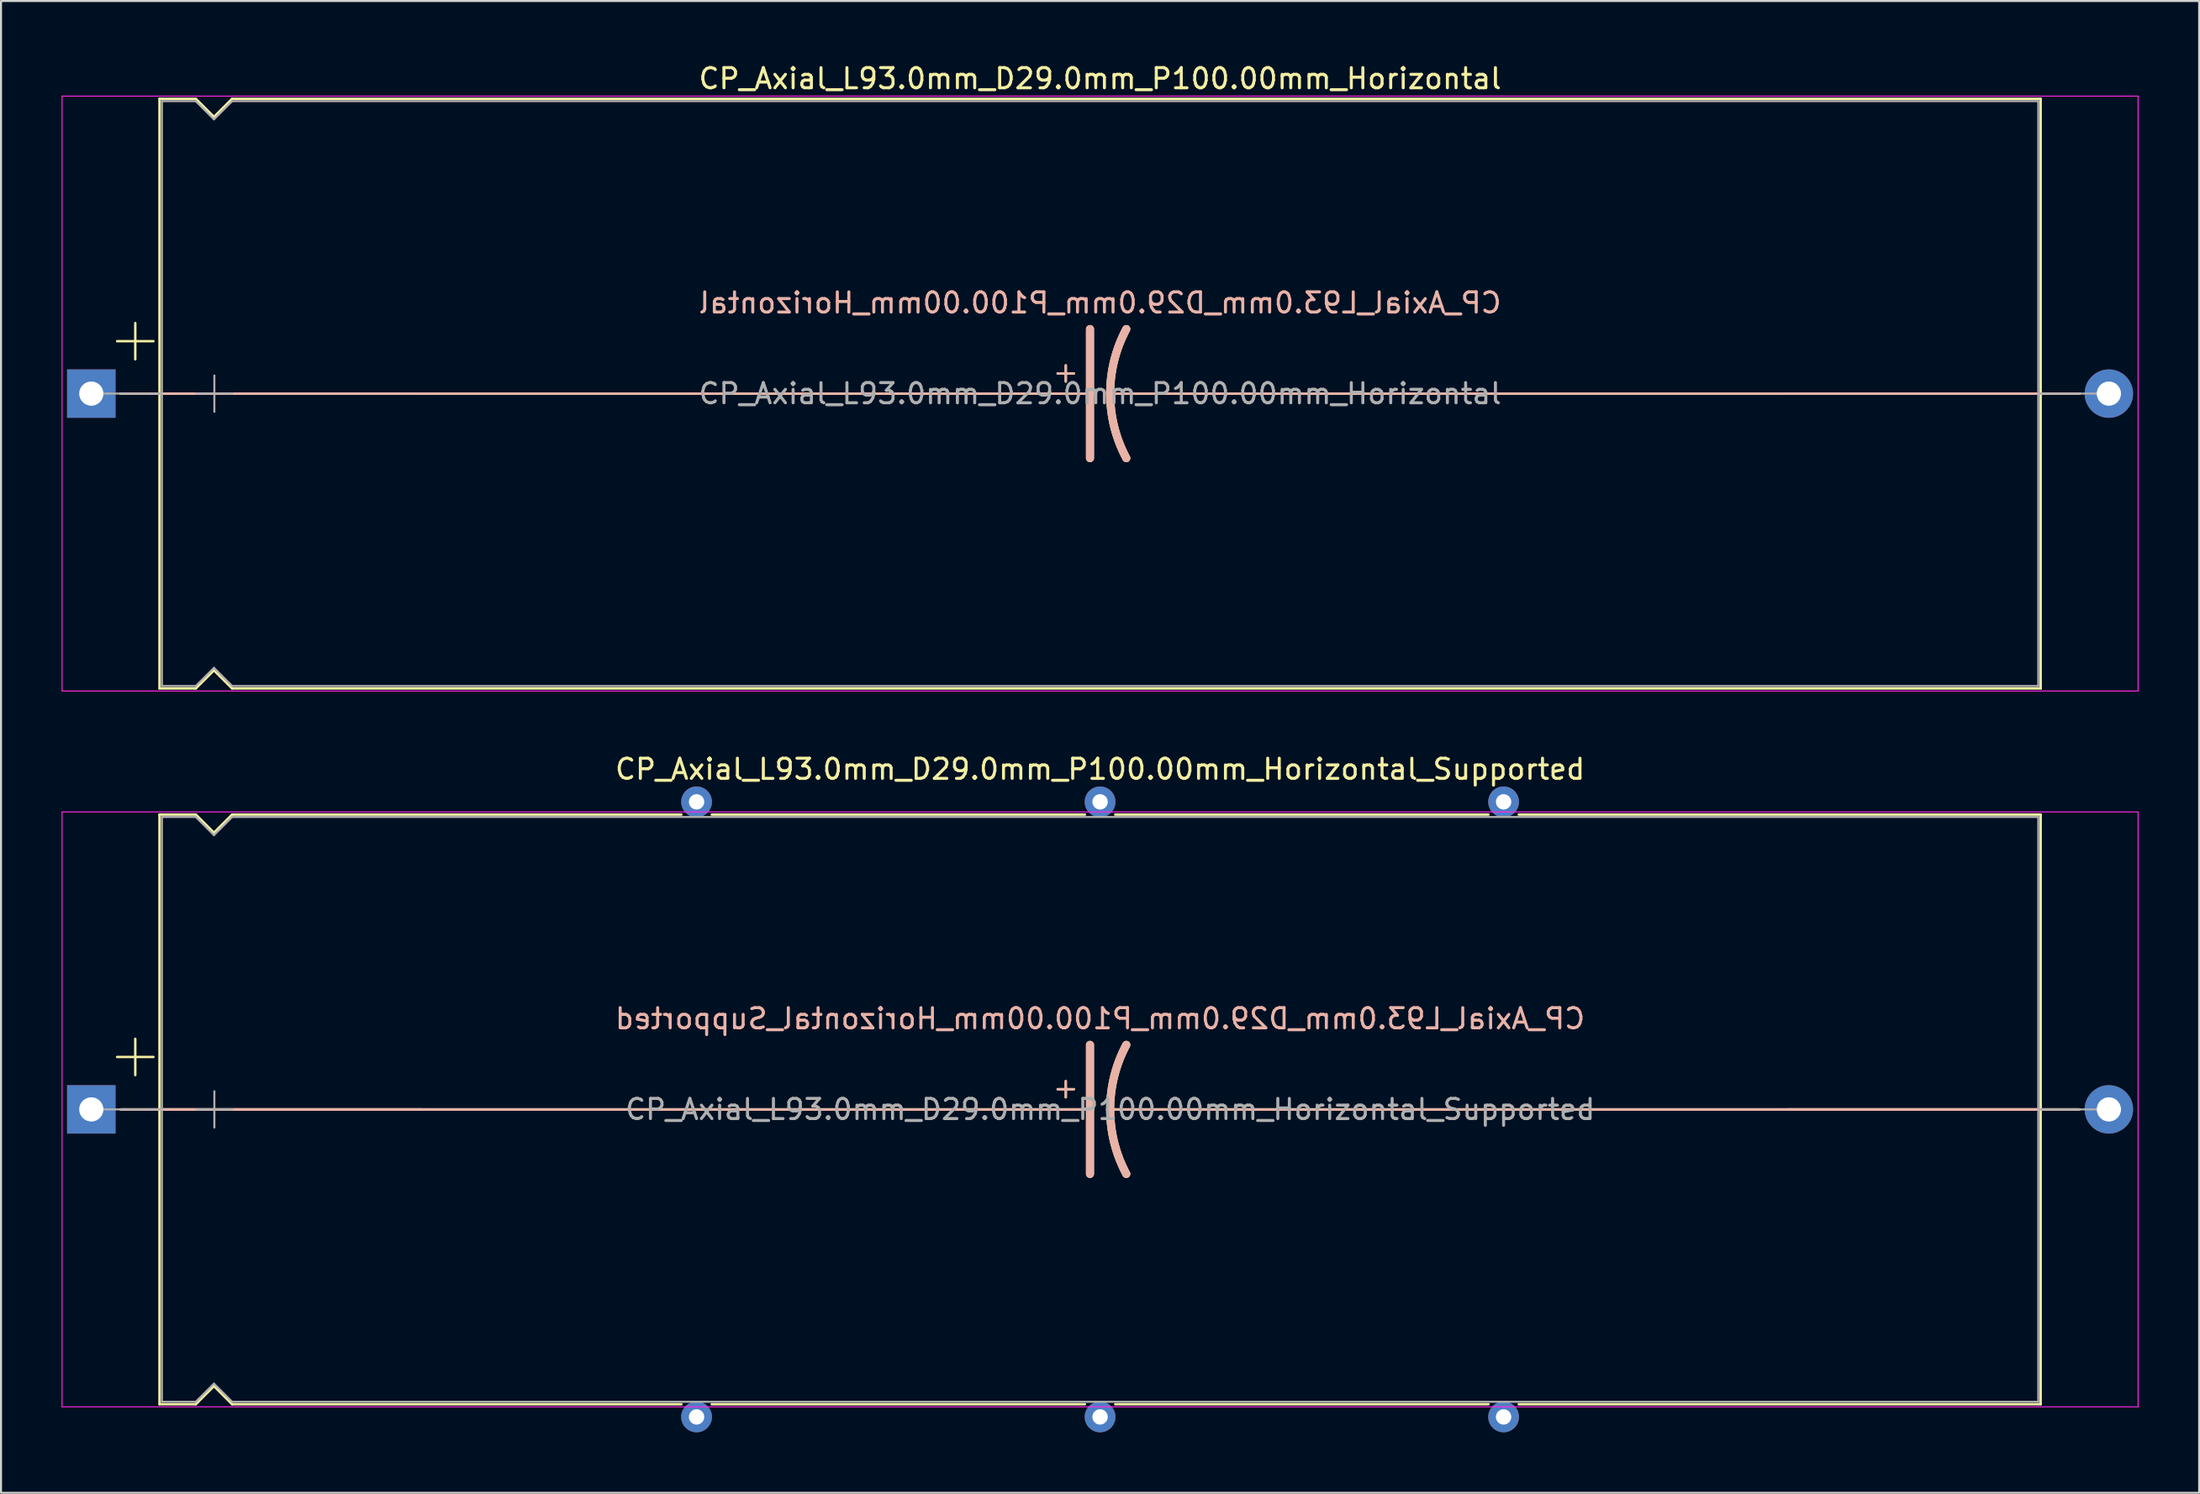
<source format=kicad_pcb>
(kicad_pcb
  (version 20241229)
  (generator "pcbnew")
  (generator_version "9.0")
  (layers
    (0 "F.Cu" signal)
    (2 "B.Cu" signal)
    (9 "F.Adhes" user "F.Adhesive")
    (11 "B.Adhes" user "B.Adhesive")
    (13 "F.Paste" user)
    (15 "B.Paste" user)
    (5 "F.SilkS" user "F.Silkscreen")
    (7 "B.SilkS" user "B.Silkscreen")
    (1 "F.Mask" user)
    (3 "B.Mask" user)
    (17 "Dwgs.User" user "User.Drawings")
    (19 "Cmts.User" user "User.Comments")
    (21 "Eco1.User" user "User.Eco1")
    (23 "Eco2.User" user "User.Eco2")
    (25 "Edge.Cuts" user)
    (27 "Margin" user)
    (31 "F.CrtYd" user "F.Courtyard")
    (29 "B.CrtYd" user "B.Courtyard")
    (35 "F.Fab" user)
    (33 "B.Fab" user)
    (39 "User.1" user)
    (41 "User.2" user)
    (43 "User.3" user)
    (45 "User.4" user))
  (footprint "CP_Axial_L93.0mm_D29.0mm_P100.00mm_Horizontal"
    (layer "F.Cu")
    (at 1.475 16.468)
    (property "Reference" "CP_Axial_L93.0mm_D29.0mm_P100.00mm_Horizontal" (at 50 -15.62 0) (layer "F.SilkS") (effects (font (size 1 1) (thickness 0.15))))
    (fp_line (start 1.28 -2.6) (end 3.08 -2.6) (stroke (width 0.12) (type solid)) (layer "F.SilkS"))
    (fp_line (start 1.44 0) (end 3.38 0) (stroke (width 0.12) (type solid)) (layer "F.SilkS"))
    (fp_line (start 2.18 -3.5) (end 2.18 -1.7) (stroke (width 0.12) (type solid)) (layer "F.SilkS"))
    (fp_line (start 3.38 -14.62) (end 3.38 14.62) (stroke (width 0.12) (type solid)) (layer "F.SilkS"))
    (fp_line (start 3.38 -14.62) (end 5.18 -14.62) (stroke (width 0.12) (type solid)) (layer "F.SilkS"))
    (fp_line (start 3.38 0) (end 49.5 0) (stroke (width 0.12) (type solid)) (layer "F.SilkS"))
    (fp_line (start 3.38 14.62) (end 5.18 14.62) (stroke (width 0.12) (type solid)) (layer "F.SilkS"))
    (fp_line (start 5.18 -14.62) (end 6.08 -13.72) (stroke (width 0.12) (type solid)) (layer "F.SilkS"))
    (fp_line (start 5.18 14.62) (end 6.08 13.72) (stroke (width 0.12) (type solid)) (layer "F.SilkS"))
    (fp_line (start 6.08 -13.72) (end 6.98 -14.62) (stroke (width 0.12) (type solid)) (layer "F.SilkS"))
    (fp_line (start 6.08 13.72) (end 6.98 14.62) (stroke (width 0.12) (type solid)) (layer "F.SilkS"))
    (fp_line (start 6.98 -14.62) (end 96.62 -14.62) (stroke (width 0.12) (type solid)) (layer "F.SilkS"))
    (fp_line (start 6.98 14.62) (end 96.62 14.62) (stroke (width 0.12) (type solid)) (layer "F.SilkS"))
    (fp_line (start 47.9 -1) (end 48.7 -1) (stroke (width 0.12) (type solid)) (layer "F.SilkS"))
    (fp_line (start 48.3 -1.4) (end 48.3 -0.6) (stroke (width 0.12) (type solid)) (layer "F.SilkS"))
    (fp_line (start 49.5 0) (end 49.5 -3.2) (stroke (width 0.4) (type solid)) (layer "F.SilkS"))
    (fp_line (start 49.5 0) (end 49.5 3.2) (stroke (width 0.4) (type solid)) (layer "F.SilkS"))
    (fp_line (start 96.62 -14.62) (end 96.62 14.62) (stroke (width 0.12) (type solid)) (layer "F.SilkS"))
    (fp_line (start 96.62 0) (end 50.5 0) (stroke (width 0.12) (type solid)) (layer "F.SilkS"))
    (fp_line (start 98.56 0) (end 96.62 0) (stroke (width 0.12) (type solid)) (layer "F.SilkS"))
    (fp_arc (start 50.5 0) (mid 50.703545 -1.649114) (end 51.3 -3.2) (stroke (width 0.4) (type solid)) (layer "F.SilkS"))
    (fp_arc (start 51.3 3.2) (mid 50.700704 1.649824) (end 50.5 0) (stroke (width 0.4) (type solid)) (layer "F.SilkS"))
    (fp_line (start 1.5 0) (end 16.38 0) (stroke (width 0.12) (type solid)) (layer "B.SilkS"))
    (fp_line (start 3.38 0) (end 49.5 0) (stroke (width 0.12) (type solid)) (layer "B.SilkS"))
    (fp_line (start 47.9 -1) (end 48.7 -1) (stroke (width 0.12) (type solid)) (layer "B.SilkS"))
    (fp_line (start 48.3 -0.6) (end 48.3 -1.4) (stroke (width 0.12) (type solid)) (layer "B.SilkS"))
    (fp_line (start 49.5 0) (end 49.5 -3.2) (stroke (width 0.4) (type solid)) (layer "B.SilkS"))
    (fp_line (start 49.5 0) (end 49.5 3.2) (stroke (width 0.4) (type solid)) (layer "B.SilkS"))
    (fp_line (start 96.62 0) (end 50.5 0) (stroke (width 0.12) (type solid)) (layer "B.SilkS"))
    (fp_line (start 98.5 0) (end 83.62 0) (stroke (width 0.12) (type solid)) (layer "B.SilkS"))
    (fp_arc (start 50.5 0) (mid 50.700703 -1.649824) (end 51.3 -3.2) (stroke (width 0.4) (type solid)) (layer "B.SilkS"))
    (fp_arc (start 51.3 3.2) (mid 50.703544 1.649114) (end 50.5 0) (stroke (width 0.4) (type solid)) (layer "B.SilkS"))
    (fp_line (start -1.45 -14.75) (end -1.45 14.75) (stroke (width 0.05) (type solid)) (layer "F.CrtYd"))
    (fp_line (start -1.45 14.75) (end 101.45 14.75) (stroke (width 0.05) (type solid)) (layer "F.CrtYd"))
    (fp_line (start 101.45 -14.75) (end -1.45 -14.75) (stroke (width 0.05) (type solid)) (layer "F.CrtYd"))
    (fp_line (start 101.45 14.75) (end 101.45 -14.75) (stroke (width 0.05) (type solid)) (layer "F.CrtYd"))
    (fp_line (start 0 0) (end 3.5 0) (stroke (width 0.1) (type solid)) (layer "F.Fab"))
    (fp_line (start 3.5 -14.5) (end 3.5 14.5) (stroke (width 0.1) (type solid)) (layer "F.Fab"))
    (fp_line (start 3.5 -14.5) (end 5.18 -14.5) (stroke (width 0.1) (type solid)) (layer "F.Fab"))
    (fp_line (start 3.5 14.5) (end 5.18 14.5) (stroke (width 0.1) (type solid)) (layer "F.Fab"))
    (fp_line (start 5.18 -14.5) (end 6.08 -13.6) (stroke (width 0.1) (type solid)) (layer "F.Fab"))
    (fp_line (start 5.18 14.5) (end 6.08 13.6) (stroke (width 0.1) (type solid)) (layer "F.Fab"))
    (fp_line (start 5.2 0) (end 7 0) (stroke (width 0.1) (type solid)) (layer "F.Fab"))
    (fp_line (start 6.08 -13.6) (end 6.98 -14.5) (stroke (width 0.1) (type solid)) (layer "F.Fab"))
    (fp_line (start 6.08 13.6) (end 6.98 14.5) (stroke (width 0.1) (type solid)) (layer "F.Fab"))
    (fp_line (start 6.1 -0.9) (end 6.1 0.9) (stroke (width 0.1) (type solid)) (layer "F.Fab"))
    (fp_line (start 6.98 -14.5) (end 96.5 -14.5) (stroke (width 0.1) (type solid)) (layer "F.Fab"))
    (fp_line (start 6.98 14.5) (end 96.5 14.5) (stroke (width 0.1) (type solid)) (layer "F.Fab"))
    (fp_line (start 96.5 -14.5) (end 96.5 14.5) (stroke (width 0.1) (type solid)) (layer "F.Fab"))
    (fp_line (start 100 0) (end 96.5 0) (stroke (width 0.1) (type solid)) (layer "F.Fab"))
    (fp_text user "${REFERENCE}" (at 50 -4.5 0) (layer "B.SilkS") (effects (font (size 1 1) (thickness 0.15)) (justify mirror)))
    (fp_text user "${REFERENCE}" (at 50 0 0) (layer "F.Fab") (effects (font (size 1 1) (thickness 0.15))))
    (pad "1" thru_hole rect (at 0 0) (size 2.4 2.4) (drill 1.2) (layers "*.Cu" "*.Mask"))
    (pad "2" thru_hole oval (at 100 0) (size 2.4 2.4) (drill 1.2) (layers "*.Cu" "*.Mask")))
  (footprint "CP_Axial_L93.0mm_D29.0mm_P100.00mm_Horizontal_Supported"
    (layer "F.Cu")
    (at 1.475 51.962)
    (property "Reference" "CP_Axial_L93.0mm_D29.0mm_P100.00mm_Horizontal_Supported" (at 50 -16.87 0) (layer "F.SilkS") (effects (font (size 1 1) (thickness 0.15))))
    (fp_line (start 1.28 -2.6) (end 3.08 -2.6) (stroke (width 0.12) (type solid)) (layer "F.SilkS"))
    (fp_line (start 1.44 0) (end 3.38 0) (stroke (width 0.12) (type solid)) (layer "F.SilkS"))
    (fp_line (start 2.18 -3.5) (end 2.18 -1.7) (stroke (width 0.12) (type solid)) (layer "F.SilkS"))
    (fp_line (start 3.38 -14.62) (end 3.38 14.62) (stroke (width 0.12) (type solid)) (layer "F.SilkS"))
    (fp_line (start 3.38 -14.62) (end 5.18 -14.62) (stroke (width 0.12) (type solid)) (layer "F.SilkS"))
    (fp_line (start 3.38 0) (end 49.5 0) (stroke (width 0.12) (type solid)) (layer "F.SilkS"))
    (fp_line (start 3.38 14.62) (end 5.18 14.62) (stroke (width 0.12) (type solid)) (layer "F.SilkS"))
    (fp_line (start 5.18 -14.62) (end 6.08 -13.72) (stroke (width 0.12) (type solid)) (layer "F.SilkS"))
    (fp_line (start 5.18 14.62) (end 6.08 13.72) (stroke (width 0.12) (type solid)) (layer "F.SilkS"))
    (fp_line (start 6.08 -13.72) (end 6.98 -14.62) (stroke (width 0.12) (type solid)) (layer "F.SilkS"))
    (fp_line (start 6.08 13.72) (end 6.98 14.62) (stroke (width 0.12) (type solid)) (layer "F.SilkS"))
    (fp_line (start 6.98 -14.62) (end 29.25 -14.62) (stroke (width 0.12) (type solid)) (layer "F.SilkS"))
    (fp_line (start 6.98 14.62) (end 29.25 14.62) (stroke (width 0.12) (type solid)) (layer "F.SilkS"))
    (fp_line (start 30.75 -14.62) (end 49.25 -14.62) (stroke (width 0.12) (type solid)) (layer "F.SilkS"))
    (fp_line (start 30.75 14.62) (end 49.25 14.62) (stroke (width 0.12) (type solid)) (layer "F.SilkS"))
    (fp_line (start 47.9 -1) (end 48.7 -1) (stroke (width 0.12) (type solid)) (layer "F.SilkS"))
    (fp_line (start 48.3 -1.4) (end 48.3 -0.6) (stroke (width 0.12) (type solid)) (layer "F.SilkS"))
    (fp_line (start 49.5 0) (end 49.5 -3.2) (stroke (width 0.4) (type solid)) (layer "F.SilkS"))
    (fp_line (start 49.5 0) (end 49.5 3.2) (stroke (width 0.4) (type solid)) (layer "F.SilkS"))
    (fp_line (start 50.75 -14.62) (end 69.25 -14.62) (stroke (width 0.12) (type solid)) (layer "F.SilkS"))
    (fp_line (start 50.75 14.62) (end 69.25 14.62) (stroke (width 0.12) (type solid)) (layer "F.SilkS"))
    (fp_line (start 70.75 -14.62) (end 96.62 -14.62) (stroke (width 0.12) (type solid)) (layer "F.SilkS"))
    (fp_line (start 70.75 14.62) (end 96.62 14.62) (stroke (width 0.12) (type solid)) (layer "F.SilkS"))
    (fp_line (start 96.62 -14.62) (end 96.62 14.62) (stroke (width 0.12) (type solid)) (layer "F.SilkS"))
    (fp_line (start 96.62 0) (end 50.5 0) (stroke (width 0.12) (type solid)) (layer "F.SilkS"))
    (fp_line (start 98.56 0) (end 96.62 0) (stroke (width 0.12) (type solid)) (layer "F.SilkS"))
    (fp_arc (start 50.5 0) (mid 50.703545 -1.649114) (end 51.3 -3.2) (stroke (width 0.4) (type solid)) (layer "F.SilkS"))
    (fp_arc (start 51.3 3.2) (mid 50.700704 1.649824) (end 50.5 0) (stroke (width 0.4) (type solid)) (layer "F.SilkS"))
    (fp_line (start 1.5 0) (end 16.38 0) (stroke (width 0.12) (type solid)) (layer "B.SilkS"))
    (fp_line (start 3.38 0) (end 49.5 0) (stroke (width 0.12) (type solid)) (layer "B.SilkS"))
    (fp_line (start 47.9 -1) (end 48.7 -1) (stroke (width 0.12) (type solid)) (layer "B.SilkS"))
    (fp_line (start 48.3 -0.6) (end 48.3 -1.4) (stroke (width 0.12) (type solid)) (layer "B.SilkS"))
    (fp_line (start 49.5 0) (end 49.5 -3.2) (stroke (width 0.4) (type solid)) (layer "B.SilkS"))
    (fp_line (start 49.5 0) (end 49.5 3.2) (stroke (width 0.4) (type solid)) (layer "B.SilkS"))
    (fp_line (start 96.62 0) (end 50.5 0) (stroke (width 0.12) (type solid)) (layer "B.SilkS"))
    (fp_line (start 98.5 0) (end 84.12 0) (stroke (width 0.12) (type solid)) (layer "B.SilkS"))
    (fp_arc (start 50.5 0) (mid 50.700703 -1.649824) (end 51.3 -3.2) (stroke (width 0.4) (type solid)) (layer "B.SilkS"))
    (fp_arc (start 51.3 3.2) (mid 50.703544 1.649114) (end 50.5 0) (stroke (width 0.4) (type solid)) (layer "B.SilkS"))
    (fp_line (start -1.45 -14.75) (end -1.45 14.75) (stroke (width 0.05) (type solid)) (layer "F.CrtYd"))
    (fp_line (start -1.45 14.75) (end 101.45 14.75) (stroke (width 0.05) (type solid)) (layer "F.CrtYd"))
    (fp_line (start 101.45 -14.75) (end -1.45 -14.75) (stroke (width 0.05) (type solid)) (layer "F.CrtYd"))
    (fp_line (start 101.45 14.75) (end 101.45 -14.75) (stroke (width 0.05) (type solid)) (layer "F.CrtYd"))
    (fp_line (start 0 0) (end 3.5 0) (stroke (width 0.1) (type solid)) (layer "F.Fab"))
    (fp_line (start 3.5 -14.5) (end 3.5 14.5) (stroke (width 0.1) (type solid)) (layer "F.Fab"))
    (fp_line (start 3.5 -14.5) (end 5.18 -14.5) (stroke (width 0.1) (type solid)) (layer "F.Fab"))
    (fp_line (start 3.5 14.5) (end 5.18 14.5) (stroke (width 0.1) (type solid)) (layer "F.Fab"))
    (fp_line (start 5.18 -14.5) (end 6.08 -13.6) (stroke (width 0.1) (type solid)) (layer "F.Fab"))
    (fp_line (start 5.18 14.5) (end 6.08 13.6) (stroke (width 0.1) (type solid)) (layer "F.Fab"))
    (fp_line (start 5.2 0) (end 7 0) (stroke (width 0.1) (type solid)) (layer "F.Fab"))
    (fp_line (start 6.08 -13.6) (end 6.98 -14.5) (stroke (width 0.1) (type solid)) (layer "F.Fab"))
    (fp_line (start 6.08 13.6) (end 6.98 14.5) (stroke (width 0.1) (type solid)) (layer "F.Fab"))
    (fp_line (start 6.1 -0.9) (end 6.1 0.9) (stroke (width 0.1) (type solid)) (layer "F.Fab"))
    (fp_line (start 6.98 -14.5) (end 96.5 -14.5) (stroke (width 0.1) (type solid)) (layer "F.Fab"))
    (fp_line (start 6.98 14.5) (end 96.5 14.5) (stroke (width 0.1) (type solid)) (layer "F.Fab"))
    (fp_line (start 96.5 -14.5) (end 96.5 14.5) (stroke (width 0.1) (type solid)) (layer "F.Fab"))
    (fp_line (start 100 0) (end 96.5 0) (stroke (width 0.1) (type solid)) (layer "F.Fab"))
    (fp_text user "${REFERENCE}" (at 50 -4.5 0) (layer "B.SilkS") (effects (font (size 1 1) (thickness 0.15)) (justify mirror)))
    (fp_text user "${REFERENCE}" (at 50.5 0 0) (layer "F.Fab") (effects (font (size 1 1) (thickness 0.15))))
    (pad "" thru_hole circle (at 30 -15.25) (size 1.524 1.524) (drill 0.762) (layers "*.Cu" "*.Mask"))
    (pad "" thru_hole circle (at 30 15.25) (size 1.524 1.524) (drill 0.762) (layers "*.Cu" "*.Mask"))
    (pad "" thru_hole circle (at 50 -15.25) (size 1.524 1.524) (drill 0.762) (layers "*.Cu" "*.Mask"))
    (pad "" thru_hole circle (at 50 15.25) (size 1.524 1.524) (drill 0.762) (layers "*.Cu" "*.Mask"))
    (pad "" thru_hole circle (at 70 -15.25) (size 1.524 1.524) (drill 0.762) (layers "*.Cu" "*.Mask"))
    (pad "" thru_hole circle (at 70 15.25) (size 1.524 1.524) (drill 0.762) (layers "*.Cu" "*.Mask"))
    (pad "1" thru_hole rect (at 0 0) (size 2.4 2.4) (drill 1.2) (layers "*.Cu" "*.Mask"))
    (pad "2" thru_hole oval (at 100 0) (size 2.4 2.4) (drill 1.2) (layers "*.Cu" "*.Mask")))
  (gr_rect
    (start -3 -3)
    (end 105.95 70.974)
    (stroke (width 0.1) (type default))
    (fill no)
    (layer "Edge.Cuts")))
</source>
